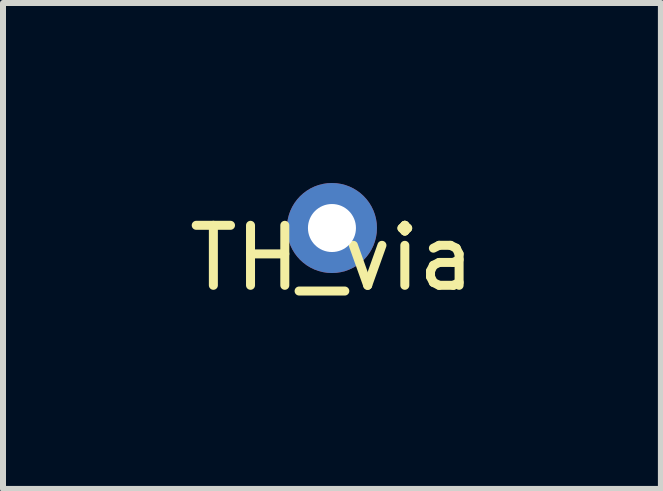
<source format=kicad_pcb>
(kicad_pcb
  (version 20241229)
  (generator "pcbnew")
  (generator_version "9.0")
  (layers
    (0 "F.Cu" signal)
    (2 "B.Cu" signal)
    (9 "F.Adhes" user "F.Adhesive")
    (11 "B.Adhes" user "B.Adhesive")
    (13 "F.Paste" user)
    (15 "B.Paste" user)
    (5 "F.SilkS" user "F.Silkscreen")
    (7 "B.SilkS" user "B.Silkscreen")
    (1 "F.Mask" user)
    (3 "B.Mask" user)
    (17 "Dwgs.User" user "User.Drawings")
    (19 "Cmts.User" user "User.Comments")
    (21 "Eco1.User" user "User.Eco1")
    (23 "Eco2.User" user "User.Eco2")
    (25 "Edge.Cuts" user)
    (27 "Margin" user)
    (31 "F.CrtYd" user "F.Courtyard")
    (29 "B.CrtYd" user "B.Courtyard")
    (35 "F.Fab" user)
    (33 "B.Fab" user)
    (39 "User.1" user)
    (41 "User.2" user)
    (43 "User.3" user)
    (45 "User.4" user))
  (footprint "TH_via"
    (layer "F.Cu")
    (at 2.482 0.75)
    (property "Reference" "TH_via" (at 0 0.5 0) (layer "F.SilkS") (effects (font (size 1 1) (thickness 0.15))))
    (attr through_hole)
    (pad "1" thru_hole circle (at 0 0) (size 1.5 1.5) (drill 0.8) (layers "*.Cu" "*.Mask")))
  (gr_rect
    (start -3 -3)
    (end 7.964 5.098)
    (stroke (width 0.1) (type default))
    (fill no)
    (layer "Edge.Cuts")))
</source>
